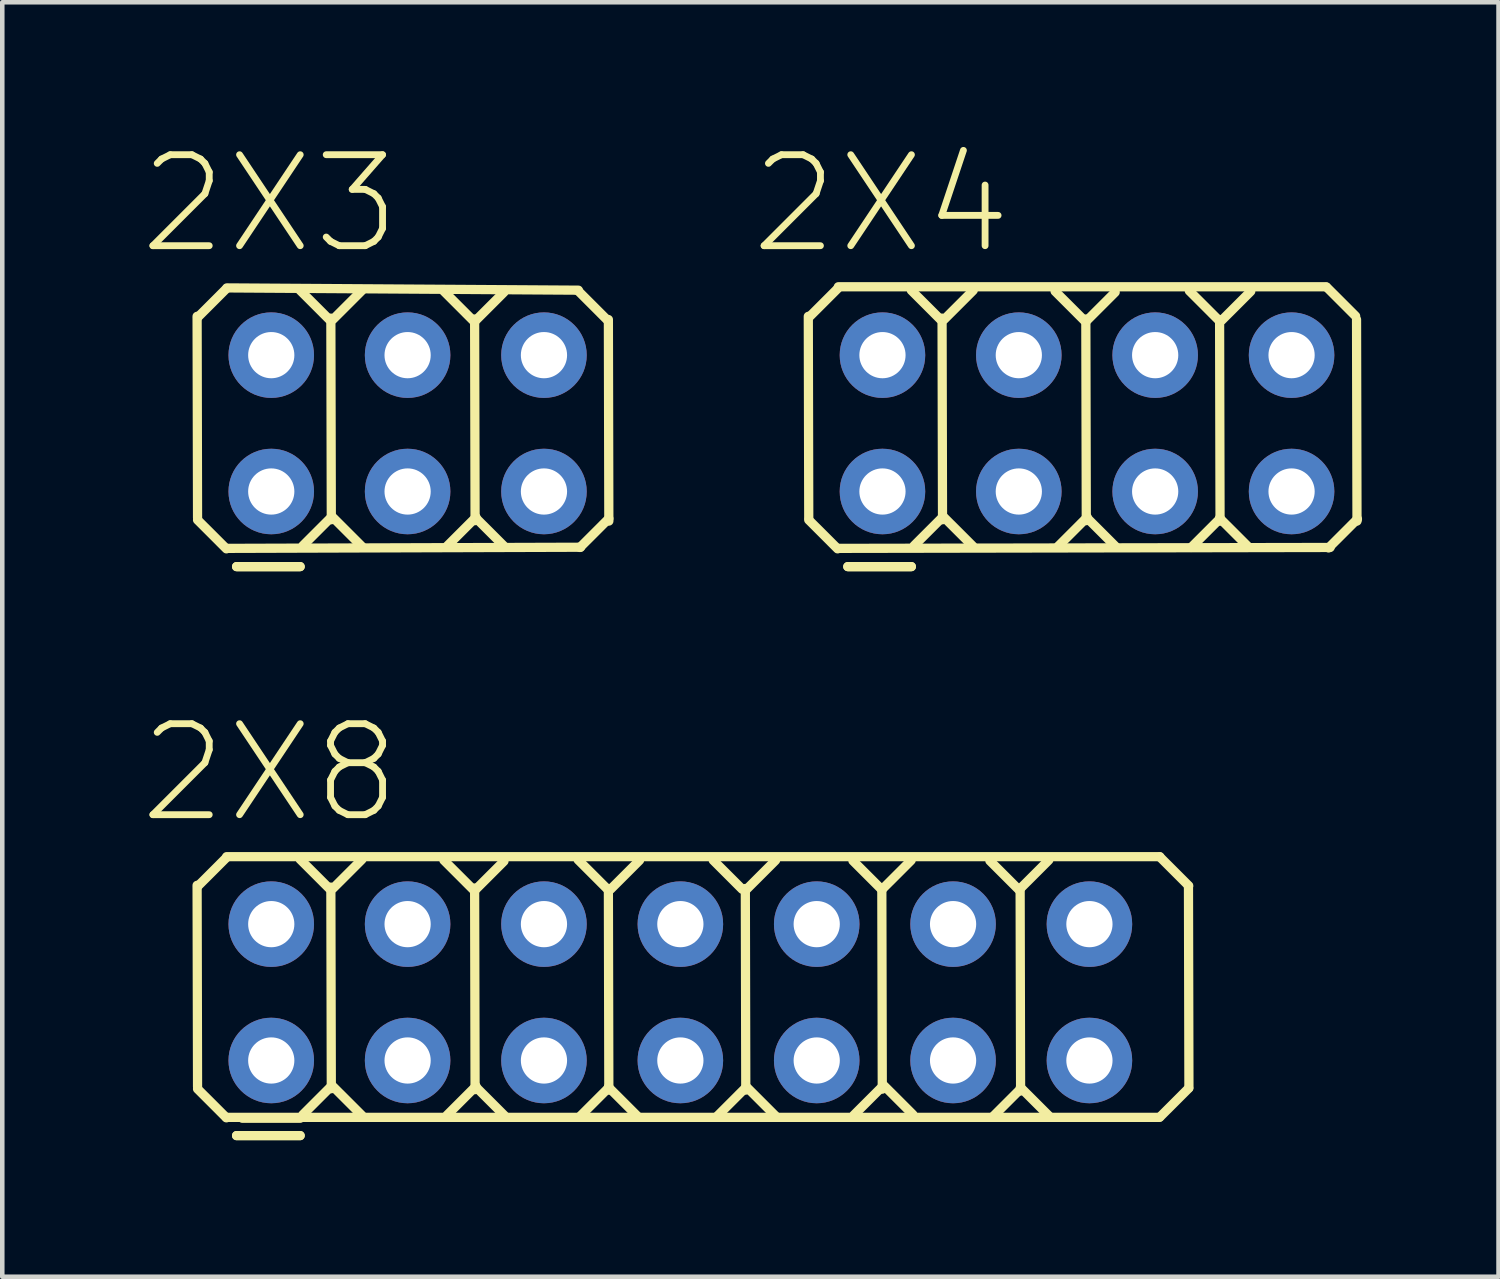
<source format=kicad_pcb>
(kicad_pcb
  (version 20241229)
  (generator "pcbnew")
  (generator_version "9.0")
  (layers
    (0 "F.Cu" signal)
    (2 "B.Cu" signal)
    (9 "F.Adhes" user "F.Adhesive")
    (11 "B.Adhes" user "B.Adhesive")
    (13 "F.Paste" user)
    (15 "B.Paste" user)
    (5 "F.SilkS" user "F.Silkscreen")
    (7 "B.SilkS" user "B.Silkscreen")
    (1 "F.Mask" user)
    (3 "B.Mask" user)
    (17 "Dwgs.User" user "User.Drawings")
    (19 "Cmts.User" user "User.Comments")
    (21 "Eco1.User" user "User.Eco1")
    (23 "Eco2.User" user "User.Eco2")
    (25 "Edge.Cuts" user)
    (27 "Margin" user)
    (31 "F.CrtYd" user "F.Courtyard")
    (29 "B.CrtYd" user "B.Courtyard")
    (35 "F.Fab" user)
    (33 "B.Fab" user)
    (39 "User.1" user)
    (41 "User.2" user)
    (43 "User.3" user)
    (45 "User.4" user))
  (footprint "2X8"
    (layer "F.Cu")
    (at 2.912 20.259)
    (property "Reference" "2X8" (at -0.03 -6.32 0) (layer "F.SilkS") (effects (font (size 2 2) (thickness 0.15))))
    (attr exclude_from_pos_files exclude_from_bom)
    (fp_line (start -1.63 -3.85) (end -1.62 0.58) (stroke (width 0.203) (type solid)) (layer "F.SilkS"))
    (fp_line (start -1.62 -3.825) (end -0.985 -4.46) (stroke (width 0.203) (type solid)) (layer "F.SilkS"))
    (fp_line (start -1.62 0.625) (end -0.985 1.26) (stroke (width 0.203) (type solid)) (layer "F.SilkS"))
    (fp_line (start -0.99 1.25) (end 19.52 1.25) (stroke (width 0.203) (type solid)) (layer "F.SilkS"))
    (fp_line (start -0.98 -4.48) (end 19.53 -4.48) (stroke (width 0.203) (type solid)) (layer "F.SilkS"))
    (fp_line (start -0.762 1.651) (end 0.635 1.651) (stroke (width 0.203) (type solid)) (layer "F.SilkS"))
    (fp_line (start -0.635 1.27) (end 0.635 1.27) (stroke (width 0.203) (type solid)) (layer "F.SilkS"))
    (fp_line (start 0.635 -4.42) (end 1.27 -3.785) (stroke (width 0.203) (type solid)) (layer "F.SilkS"))
    (fp_line (start 0.635 1.651) (end -0.762 1.651) (stroke (width 0.203) (type solid)) (layer "F.SilkS"))
    (fp_line (start 0.695 1.19) (end 1.33 0.555) (stroke (width 0.203) (type solid)) (layer "F.SilkS"))
    (fp_line (start 1.31 -3.81) (end 1.32 0.62) (stroke (width 0.203) (type solid)) (layer "F.SilkS"))
    (fp_line (start 1.36 -3.785) (end 1.995 -4.42) (stroke (width 0.203) (type solid)) (layer "F.SilkS"))
    (fp_line (start 1.36 0.575) (end 1.995 1.21) (stroke (width 0.203) (type solid)) (layer "F.SilkS"))
    (fp_line (start 3.795 -4.4) (end 4.43 -3.765) (stroke (width 0.203) (type solid)) (layer "F.SilkS"))
    (fp_line (start 3.865 1.2) (end 4.5 0.565) (stroke (width 0.203) (type solid)) (layer "F.SilkS"))
    (fp_line (start 4.47 -3.79) (end 4.48 0.64) (stroke (width 0.203) (type solid)) (layer "F.SilkS"))
    (fp_line (start 4.48 -3.745) (end 5.115 -4.38) (stroke (width 0.203) (type solid)) (layer "F.SilkS"))
    (fp_line (start 4.5 0.585) (end 5.135 1.22) (stroke (width 0.203) (type solid)) (layer "F.SilkS"))
    (fp_line (start 6.745 -4.41) (end 7.38 -3.775) (stroke (width 0.203) (type solid)) (layer "F.SilkS"))
    (fp_line (start 6.785 1.23) (end 7.42 0.595) (stroke (width 0.203) (type solid)) (layer "F.SilkS"))
    (fp_line (start 7.41 -3.78) (end 7.42 0.65) (stroke (width 0.203) (type solid)) (layer "F.SilkS"))
    (fp_line (start 7.41 0.585) (end 8.045 1.22) (stroke (width 0.203) (type solid)) (layer "F.SilkS"))
    (fp_line (start 7.46 -3.765) (end 8.095 -4.4) (stroke (width 0.203) (type solid)) (layer "F.SilkS"))
    (fp_line (start 9.715 -4.4) (end 10.35 -3.765) (stroke (width 0.203) (type solid)) (layer "F.SilkS"))
    (fp_line (start 9.785 1.24) (end 10.42 0.605) (stroke (width 0.203) (type solid)) (layer "F.SilkS"))
    (fp_line (start 10.42 -3.78) (end 10.43 0.65) (stroke (width 0.203) (type solid)) (layer "F.SilkS"))
    (fp_line (start 10.45 -3.765) (end 11.085 -4.4) (stroke (width 0.203) (type solid)) (layer "F.SilkS"))
    (fp_line (start 10.46 0.595) (end 11.095 1.23) (stroke (width 0.203) (type solid)) (layer "F.SilkS"))
    (fp_line (start 12.785 -4.39) (end 13.42 -3.755) (stroke (width 0.203) (type solid)) (layer "F.SilkS"))
    (fp_line (start 12.805 1.2) (end 13.44 0.565) (stroke (width 0.203) (type solid)) (layer "F.SilkS"))
    (fp_line (start 13.42 -3.8) (end 13.43 0.63) (stroke (width 0.203) (type solid)) (layer "F.SilkS"))
    (fp_line (start 13.43 -3.765) (end 14.065 -4.4) (stroke (width 0.203) (type solid)) (layer "F.SilkS"))
    (fp_line (start 13.47 0.555) (end 14.105 1.19) (stroke (width 0.203) (type solid)) (layer "F.SilkS"))
    (fp_line (start 15.795 -4.39) (end 16.43 -3.755) (stroke (width 0.203) (type solid)) (layer "F.SilkS"))
    (fp_line (start 16.455 -3.77) (end 17.09 -4.405) (stroke (width 0.203) (type solid)) (layer "F.SilkS"))
    (fp_line (start 16.46 -3.76) (end 16.47 0.67) (stroke (width 0.203) (type solid)) (layer "F.SilkS"))
    (fp_line (start 16.465 0.59) (end 17.1 1.225) (stroke (width 0.203) (type solid)) (layer "F.SilkS"))
    (fp_line (start 16.48 0.615) (end 15.845 1.25) (stroke (width 0.203) (type solid)) (layer "F.SilkS"))
    (fp_line (start 19.53 -4.475) (end 20.165 -3.84) (stroke (width 0.203) (type solid)) (layer "F.SilkS"))
    (fp_line (start 19.53 1.245) (end 20.165 0.61) (stroke (width 0.203) (type solid)) (layer "F.SilkS"))
    (fp_line (start 20.16 -3.83) (end 20.17 0.6) (stroke (width 0.203) (type solid)) (layer "F.SilkS"))
    (pad "1" thru_hole circle (at 0 0) (size 1.88 1.88) (drill 1.016) (layers "*.Cu" "*.Mask"))
    (pad "2" thru_hole circle (at 0 -2.997) (size 1.88 1.88) (drill 1.016) (layers "*.Cu" "*.Mask"))
    (pad "3" thru_hole circle (at 2.997 0) (size 1.88 1.88) (drill 1.016) (layers "*.Cu" "*.Mask"))
    (pad "4" thru_hole circle (at 2.997 -2.997) (size 1.88 1.88) (drill 1.016) (layers "*.Cu" "*.Mask"))
    (pad "5" thru_hole circle (at 5.994 0) (size 1.88 1.88) (drill 1.016) (layers "*.Cu" "*.Mask"))
    (pad "6" thru_hole circle (at 5.994 -2.997) (size 1.88 1.88) (drill 1.016) (layers "*.Cu" "*.Mask"))
    (pad "7" thru_hole circle (at 8.992 0) (size 1.88 1.88) (drill 1.016) (layers "*.Cu" "*.Mask"))
    (pad "8" thru_hole circle (at 8.992 -2.997) (size 1.88 1.88) (drill 1.016) (layers "*.Cu" "*.Mask"))
    (pad "9" thru_hole circle (at 11.989 0) (size 1.88 1.88) (drill 1.016) (layers "*.Cu" "*.Mask"))
    (pad "10" thru_hole circle (at 11.989 -2.997) (size 1.88 1.88) (drill 1.016) (layers "*.Cu" "*.Mask"))
    (pad "11" thru_hole circle (at 14.986 0) (size 1.88 1.88) (drill 1.016) (layers "*.Cu" "*.Mask"))
    (pad "12" thru_hole circle (at 14.986 -2.997) (size 1.88 1.88) (drill 1.016) (layers "*.Cu" "*.Mask"))
    (pad "13" thru_hole circle (at 17.983 0) (size 1.88 1.88) (drill 1.016) (layers "*.Cu" "*.Mask"))
    (pad "14" thru_hole circle (at 17.983 -2.997) (size 1.88 1.88) (drill 1.016) (layers "*.Cu" "*.Mask")))
  (footprint "2X4"
    (layer "F.Cu")
    (at 16.346 7.753)
    (property "Reference" "2X4" (at -0.03 -6.32 0) (layer "F.SilkS") (effects (font (size 2 2) (thickness 0.15))))
    (attr exclude_from_pos_files exclude_from_bom)
    (fp_line (start -1.63 -3.85) (end -1.62 0.58) (stroke (width 0.203) (type solid)) (layer "F.SilkS"))
    (fp_line (start -1.62 -3.825) (end -0.985 -4.46) (stroke (width 0.203) (type solid)) (layer "F.SilkS"))
    (fp_line (start -1.62 0.625) (end -0.985 1.26) (stroke (width 0.203) (type solid)) (layer "F.SilkS"))
    (fp_line (start -0.98 1.25) (end 9.84 1.23) (stroke (width 0.203) (type solid)) (layer "F.SilkS"))
    (fp_line (start -0.97 -4.5) (end 9.75 -4.5) (stroke (width 0.203) (type solid)) (layer "F.SilkS"))
    (fp_line (start -0.762 1.651) (end 0.635 1.651) (stroke (width 0.203) (type solid)) (layer "F.SilkS"))
    (fp_line (start 0.635 -4.42) (end 1.27 -3.785) (stroke (width 0.203) (type solid)) (layer "F.SilkS"))
    (fp_line (start 0.635 1.651) (end -0.762 1.651) (stroke (width 0.203) (type solid)) (layer "F.SilkS"))
    (fp_line (start 0.695 1.19) (end 1.33 0.555) (stroke (width 0.203) (type solid)) (layer "F.SilkS"))
    (fp_line (start 1.31 -3.81) (end 1.32 0.62) (stroke (width 0.203) (type solid)) (layer "F.SilkS"))
    (fp_line (start 1.36 -3.785) (end 1.995 -4.42) (stroke (width 0.203) (type solid)) (layer "F.SilkS"))
    (fp_line (start 1.36 0.575) (end 1.995 1.21) (stroke (width 0.203) (type solid)) (layer "F.SilkS"))
    (fp_line (start 3.795 -4.4) (end 4.43 -3.765) (stroke (width 0.203) (type solid)) (layer "F.SilkS"))
    (fp_line (start 3.865 1.2) (end 4.5 0.565) (stroke (width 0.203) (type solid)) (layer "F.SilkS"))
    (fp_line (start 4.47 -3.79) (end 4.48 0.64) (stroke (width 0.203) (type solid)) (layer "F.SilkS"))
    (fp_line (start 4.48 -3.745) (end 5.115 -4.38) (stroke (width 0.203) (type solid)) (layer "F.SilkS"))
    (fp_line (start 4.5 0.585) (end 5.135 1.22) (stroke (width 0.203) (type solid)) (layer "F.SilkS"))
    (fp_line (start 6.745 -4.41) (end 7.38 -3.775) (stroke (width 0.203) (type solid)) (layer "F.SilkS"))
    (fp_line (start 6.785 1.23) (end 7.42 0.595) (stroke (width 0.203) (type solid)) (layer "F.SilkS"))
    (fp_line (start 7.41 -3.78) (end 7.42 0.65) (stroke (width 0.203) (type solid)) (layer "F.SilkS"))
    (fp_line (start 7.41 0.585) (end 8.045 1.22) (stroke (width 0.203) (type solid)) (layer "F.SilkS"))
    (fp_line (start 7.46 -3.765) (end 8.095 -4.4) (stroke (width 0.203) (type solid)) (layer "F.SilkS"))
    (fp_line (start 9.765 -4.49) (end 10.4 -3.855) (stroke (width 0.203) (type solid)) (layer "F.SilkS"))
    (fp_line (start 9.805 1.24) (end 10.44 0.605) (stroke (width 0.203) (type solid)) (layer "F.SilkS"))
    (fp_line (start 10.42 -3.78) (end 10.43 0.65) (stroke (width 0.203) (type solid)) (layer "F.SilkS"))
    (pad "1" thru_hole circle (at 0 0) (size 1.88 1.88) (drill 1.016) (layers "*.Cu" "*.Mask"))
    (pad "2" thru_hole circle (at 0 -2.997) (size 1.88 1.88) (drill 1.016) (layers "*.Cu" "*.Mask"))
    (pad "3" thru_hole circle (at 2.997 0) (size 1.88 1.88) (drill 1.016) (layers "*.Cu" "*.Mask"))
    (pad "4" thru_hole circle (at 2.997 -2.997) (size 1.88 1.88) (drill 1.016) (layers "*.Cu" "*.Mask"))
    (pad "5" thru_hole circle (at 5.994 0) (size 1.88 1.88) (drill 1.016) (layers "*.Cu" "*.Mask"))
    (pad "6" thru_hole circle (at 5.994 -2.997) (size 1.88 1.88) (drill 1.016) (layers "*.Cu" "*.Mask"))
    (pad "7" thru_hole circle (at 8.992 0) (size 1.88 1.88) (drill 1.016) (layers "*.Cu" "*.Mask"))
    (pad "8" thru_hole circle (at 8.992 -2.997) (size 1.88 1.88) (drill 1.016) (layers "*.Cu" "*.Mask")))
  (footprint "2X3"
    (layer "F.Cu")
    (at 2.912 7.753)
    (property "Reference" "2X3" (at -0.03 -6.32 0) (layer "F.SilkS") (effects (font (size 2 2) (thickness 0.15))))
    (attr exclude_from_pos_files exclude_from_bom)
    (fp_line (start -1.63 -3.85) (end -1.62 0.58) (stroke (width 0.203) (type solid)) (layer "F.SilkS"))
    (fp_line (start -1.62 -3.825) (end -0.985 -4.46) (stroke (width 0.203) (type solid)) (layer "F.SilkS"))
    (fp_line (start -1.62 0.625) (end -0.985 1.26) (stroke (width 0.203) (type solid)) (layer "F.SilkS"))
    (fp_line (start -0.975 -4.475) (end 6.75 -4.425) (stroke (width 0.203) (type solid)) (layer "F.SilkS"))
    (fp_line (start -0.975 1.25) (end 6.8 1.225) (stroke (width 0.203) (type solid)) (layer "F.SilkS"))
    (fp_line (start -0.762 1.651) (end 0.635 1.651) (stroke (width 0.203) (type solid)) (layer "F.SilkS"))
    (fp_line (start 0.635 -4.42) (end 1.27 -3.785) (stroke (width 0.203) (type solid)) (layer "F.SilkS"))
    (fp_line (start 0.635 1.651) (end -0.762 1.651) (stroke (width 0.203) (type solid)) (layer "F.SilkS"))
    (fp_line (start 0.695 1.19) (end 1.33 0.555) (stroke (width 0.203) (type solid)) (layer "F.SilkS"))
    (fp_line (start 1.31 -3.81) (end 1.32 0.62) (stroke (width 0.203) (type solid)) (layer "F.SilkS"))
    (fp_line (start 1.36 -3.785) (end 1.995 -4.42) (stroke (width 0.203) (type solid)) (layer "F.SilkS"))
    (fp_line (start 1.36 0.575) (end 1.995 1.21) (stroke (width 0.203) (type solid)) (layer "F.SilkS"))
    (fp_line (start 3.795 -4.4) (end 4.43 -3.765) (stroke (width 0.203) (type solid)) (layer "F.SilkS"))
    (fp_line (start 3.865 1.2) (end 4.5 0.565) (stroke (width 0.203) (type solid)) (layer "F.SilkS"))
    (fp_line (start 4.47 -3.79) (end 4.48 0.64) (stroke (width 0.203) (type solid)) (layer "F.SilkS"))
    (fp_line (start 4.48 -3.745) (end 5.115 -4.38) (stroke (width 0.203) (type solid)) (layer "F.SilkS"))
    (fp_line (start 4.5 0.585) (end 5.135 1.22) (stroke (width 0.203) (type solid)) (layer "F.SilkS"))
    (fp_line (start 6.745 -4.41) (end 7.38 -3.775) (stroke (width 0.203) (type solid)) (layer "F.SilkS"))
    (fp_line (start 6.785 1.23) (end 7.42 0.595) (stroke (width 0.203) (type solid)) (layer "F.SilkS"))
    (fp_line (start 7.41 -3.78) (end 7.42 0.65) (stroke (width 0.203) (type solid)) (layer "F.SilkS"))
    (pad "1" thru_hole circle (at 0 0) (size 1.88 1.88) (drill 1.016) (layers "*.Cu" "*.Mask"))
    (pad "2" thru_hole circle (at 0 -2.997) (size 1.88 1.88) (drill 1.016) (layers "*.Cu" "*.Mask"))
    (pad "3" thru_hole circle (at 2.997 0) (size 1.88 1.88) (drill 1.016) (layers "*.Cu" "*.Mask"))
    (pad "4" thru_hole circle (at 2.997 -2.997) (size 1.88 1.88) (drill 1.016) (layers "*.Cu" "*.Mask"))
    (pad "5" thru_hole circle (at 5.994 0) (size 1.88 1.88) (drill 1.016) (layers "*.Cu" "*.Mask"))
    (pad "6" thru_hole circle (at 5.994 -2.997) (size 1.88 1.88) (drill 1.016) (layers "*.Cu" "*.Mask")))
  (gr_rect
    (start -3 -3)
    (end 29.887 25.012)
    (stroke (width 0.1) (type default))
    (fill no)
    (layer "Edge.Cuts")))
</source>
